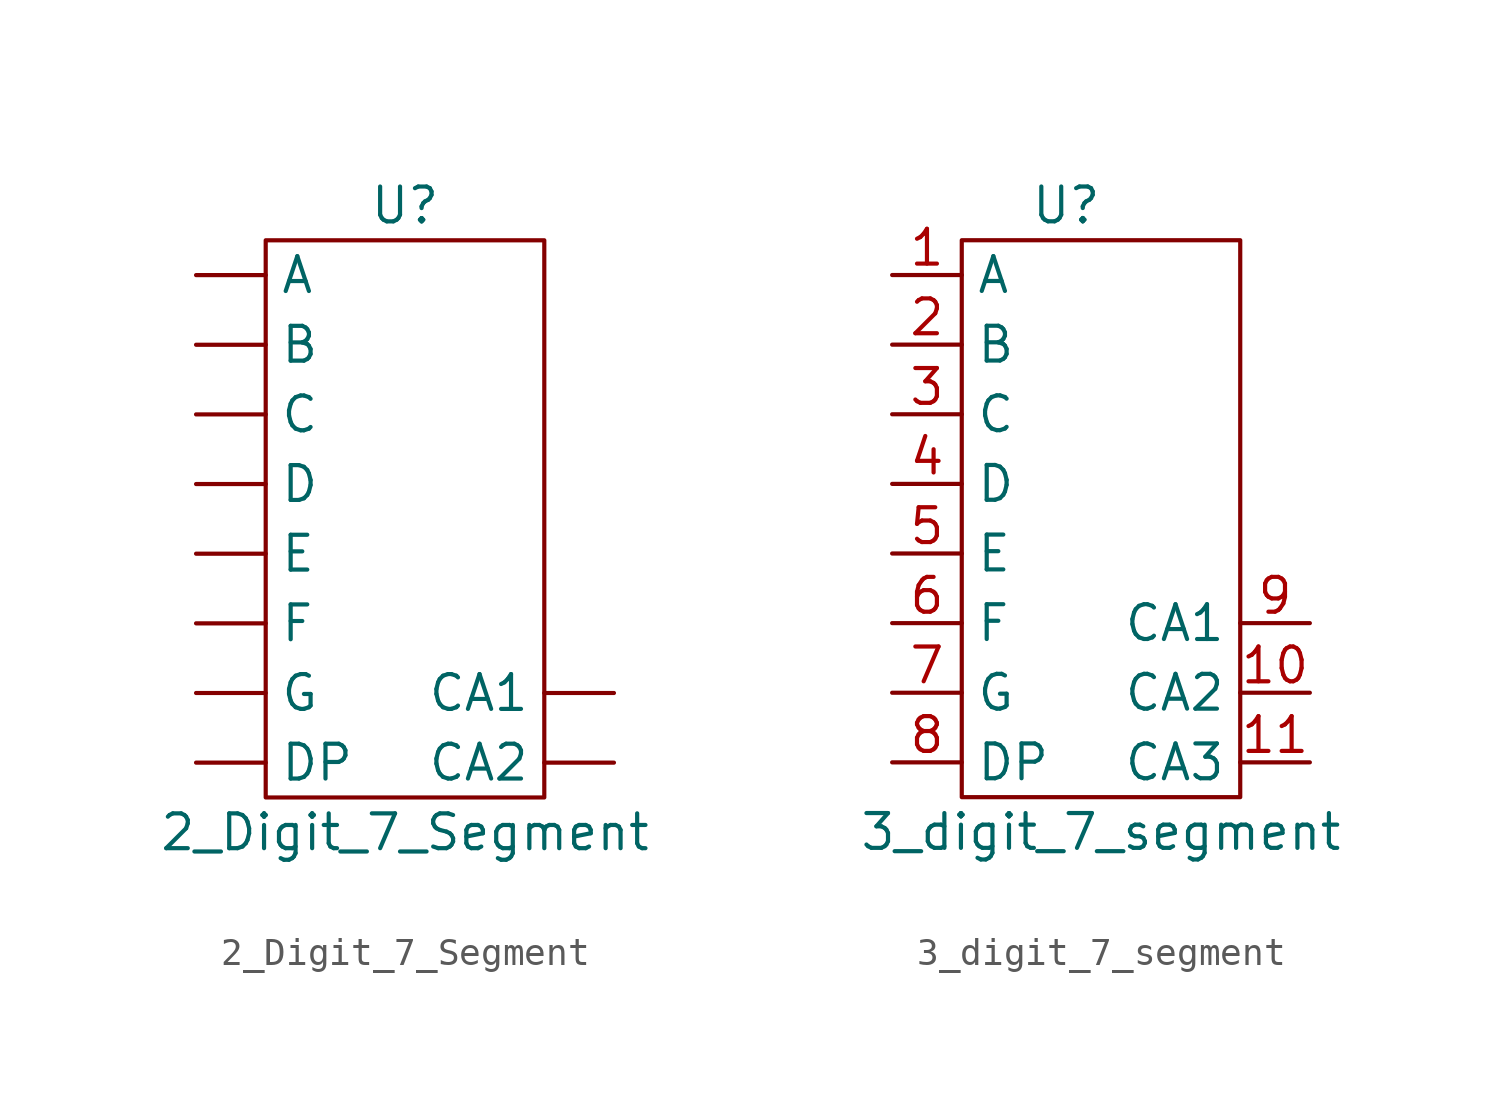
<source format=kicad_sym>
(kicad_symbol_lib
  (version 20211014)
  (generator kicad_symbol_editor)
  (symbol "2_Digit_7_Segment"
    (property "Reference" "U"
      (at 5.08 -1.27 0)
      (effects (font (size 1.27 1.27))))
    (property "Value" "2_Digit_7_Segment"
      (at 5.08 -24.13 0)
      (effects (font (size 1.27 1.27))))
    (symbol "2_Digit_7_Segment_0_1"
      (rectangle (start 0 -2.54) (end 10.16 -22.86) (stroke (width 0) (type default) (color 0 0 0 0)) (fill (type none))))
    (symbol "2_Digit_7_Segment_1_1"
      (pin input line (at -2.54 -3.81 0) (length 2.54) (name "A" (effects (font (size 1.27 1.27)))) (number "" (effects (font (size 1.27 1.27)))))
      (pin input line (at -2.54 -6.35 0) (length 2.54) (name "B" (effects (font (size 1.27 1.27)))) (number "" (effects (font (size 1.27 1.27)))))
      (pin input line (at -2.54 -8.89 0) (length 2.54) (name "C" (effects (font (size 1.27 1.27)))) (number "" (effects (font (size 1.27 1.27)))))
      (pin input line (at 12.7 -19.05 180) (length 2.54) (name "CA1" (effects (font (size 1.27 1.27)))) (number "" (effects (font (size 1.27 1.27)))))
      (pin input line (at 12.7 -21.59 180) (length 2.54) (name "CA2" (effects (font (size 1.27 1.27)))) (number "" (effects (font (size 1.27 1.27)))))
      (pin input line (at -2.54 -11.43 0) (length 2.54) (name "D" (effects (font (size 1.27 1.27)))) (number "" (effects (font (size 1.27 1.27)))))
      (pin input line (at -2.54 -21.59 0) (length 2.54) (name "DP" (effects (font (size 1.27 1.27)))) (number "" (effects (font (size 1.27 1.27)))))
      (pin input line (at -2.54 -13.97 0) (length 2.54) (name "E" (effects (font (size 1.27 1.27)))) (number "" (effects (font (size 1.27 1.27)))))
      (pin input line (at -2.54 -16.51 0) (length 2.54) (name "F" (effects (font (size 1.27 1.27)))) (number "" (effects (font (size 1.27 1.27)))))
      (pin input line (at -2.54 -19.05 0) (length 2.54) (name "G" (effects (font (size 1.27 1.27)))) (number "" (effects (font (size 1.27 1.27)))))))
  (symbol "3_digit_7_segment"
    (property "Reference" "U"
      (at 0 12.7 0)
      (effects (font (size 1.27 1.27))))
    (property "Value" "3_digit_7_segment"
      (at 1.27 -10.16 0)
      (effects (font (size 1.27 1.27))))
    (symbol "3_digit_7_segment_0_1"
      (rectangle (start -3.81 11.43) (end 6.35 -8.89) (stroke (width 0) (type default) (color 0 0 0 0)) (fill (type none))))
    (symbol "3_digit_7_segment_1_1"
      (pin input line (at -6.35 10.16 0) (length 2.54) (name "A" (effects (font (size 1.27 1.27)))) (number "1" (effects (font (size 1.27 1.27)))))
      (pin input line (at 8.89 -5.08 180) (length 2.54) (name "CA2" (effects (font (size 1.27 1.27)))) (number "10" (effects (font (size 1.27 1.27)))))
      (pin input line (at 8.89 -7.62 180) (length 2.54) (name "CA3" (effects (font (size 1.27 1.27)))) (number "11" (effects (font (size 1.27 1.27)))))
      (pin input line (at -6.35 7.62 0) (length 2.54) (name "B" (effects (font (size 1.27 1.27)))) (number "2" (effects (font (size 1.27 1.27)))))
      (pin input line (at -6.35 5.08 0) (length 2.54) (name "C" (effects (font (size 1.27 1.27)))) (number "3" (effects (font (size 1.27 1.27)))))
      (pin input line (at -6.35 2.54 0) (length 2.54) (name "D" (effects (font (size 1.27 1.27)))) (number "4" (effects (font (size 1.27 1.27)))))
      (pin input line (at -6.35 0 0) (length 2.54) (name "E" (effects (font (size 1.27 1.27)))) (number "5" (effects (font (size 1.27 1.27)))))
      (pin input line (at -6.35 -2.54 0) (length 2.54) (name "F" (effects (font (size 1.27 1.27)))) (number "6" (effects (font (size 1.27 1.27)))))
      (pin input line (at -6.35 -5.08 0) (length 2.54) (name "G" (effects (font (size 1.27 1.27)))) (number "7" (effects (font (size 1.27 1.27)))))
      (pin input line (at -6.35 -7.62 0) (length 2.54) (name "DP" (effects (font (size 1.27 1.27)))) (number "8" (effects (font (size 1.27 1.27)))))
      (pin input line (at 8.89 -2.54 180) (length 2.54) (name "CA1" (effects (font (size 1.27 1.27)))) (number "9" (effects (font (size 1.27 1.27))))))))
</source>
